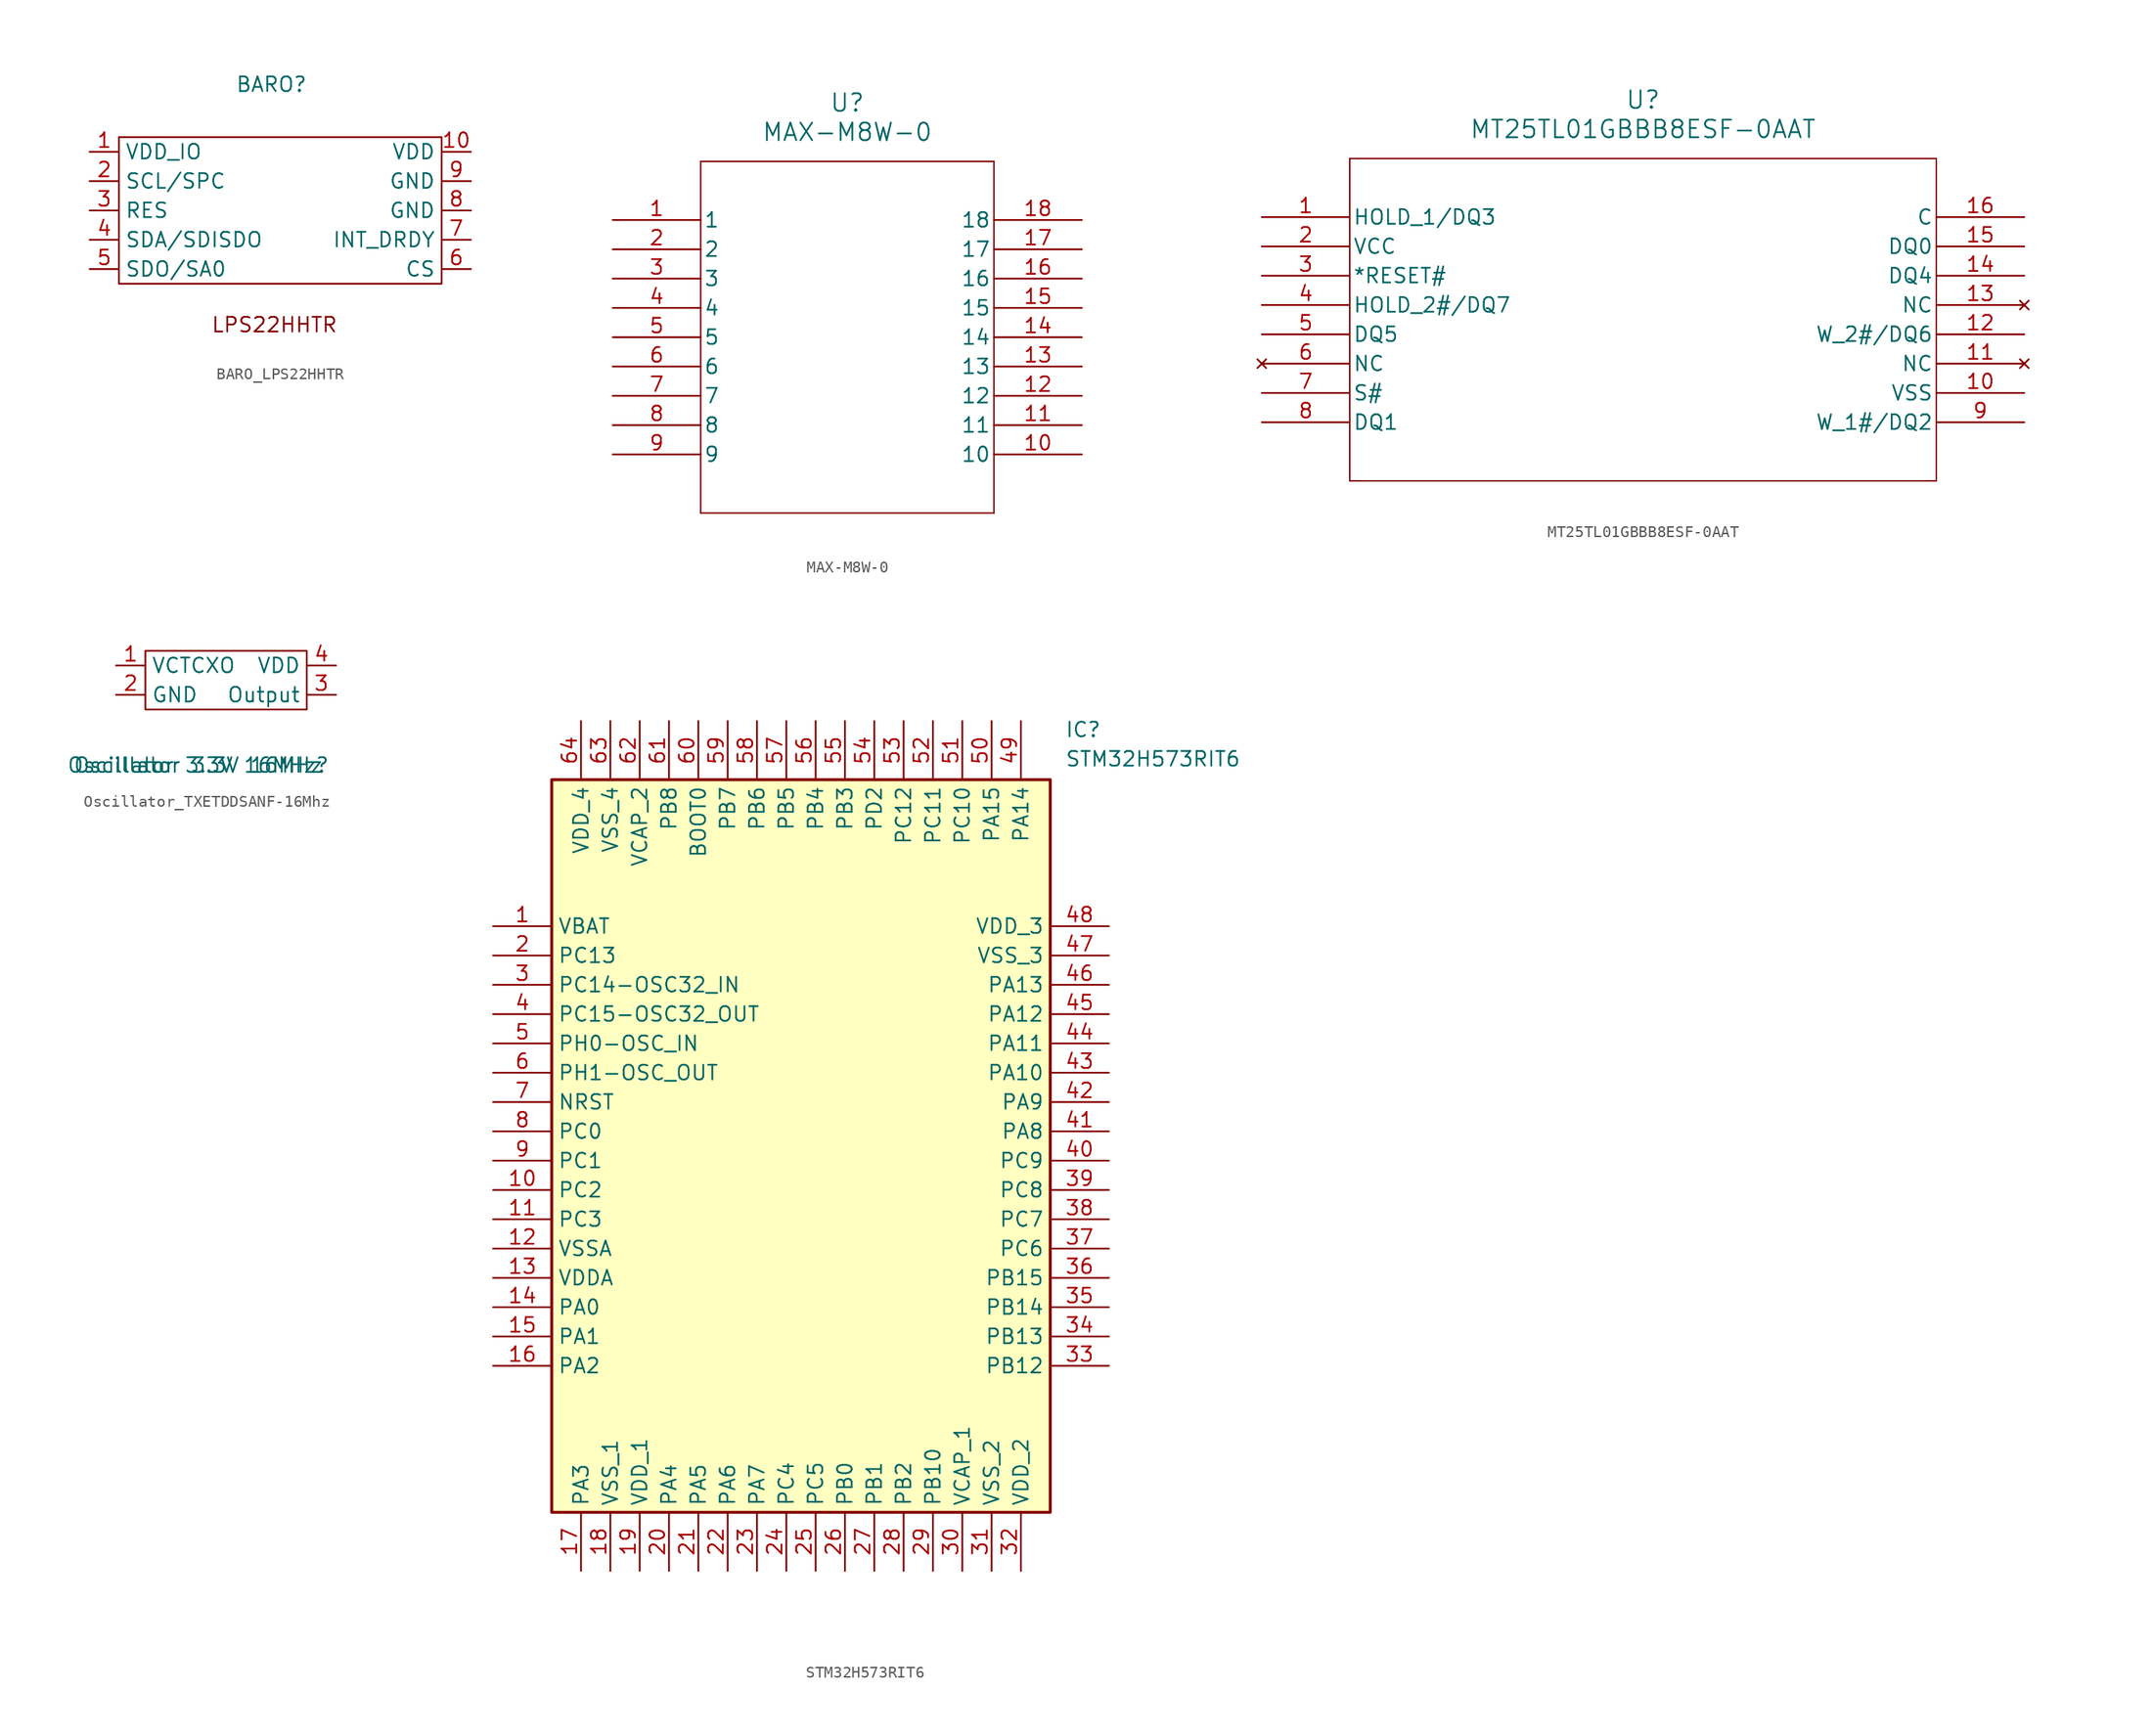
<source format=kicad_sym>
(kicad_symbol_lib
  (version 20241209)
  (generator "kicad_symbol_editor")
  (generator_version "9.0")
  (symbol "BARO_LPS22HHTR"
    (power)
    (property "Reference" "BARO"
      (at 9.398 2.032 0)
      (effects (font (size 1.27 1.27))))
    (property "Value" ""
      (at 0 0 0)
      (effects (font (size 1.27 1.27))))
    (symbol "BARO_LPS22HHTR_0_1"
      (rectangle (start -3.81 -2.54) (end 24.13 -15.24) (stroke (width 0) (type default)) (fill (type none))))
    (symbol "BARO_LPS22HHTR_1_1"
      (text "LPS22HHTR" (at 9.652 -18.796 0) (effects (font (size 1.27 1.27))))
      (pin input line (at -6.35 -3.81 0) (length 2.54) (name "VDD_IO" (effects (font (size 1.27 1.27)))) (number "1" (effects (font (size 1.27 1.27)))))
      (pin input line (at -6.35 -6.35 0) (length 2.54) (name "SCL/SPC" (effects (font (size 1.27 1.27)))) (number "2" (effects (font (size 1.27 1.27)))))
      (pin input line (at -6.35 -8.89 0) (length 2.54) (name "RES" (effects (font (size 1.27 1.27)))) (number "3" (effects (font (size 1.27 1.27)))))
      (pin bidirectional line (at -6.35 -11.43 0) (length 2.54) (name "SDA/SDISDO" (effects (font (size 1.27 1.27)))) (number "4" (effects (font (size 1.27 1.27)))))
      (pin bidirectional line (at -6.35 -13.97 0) (length 2.54) (name "SDO/SA0" (effects (font (size 1.27 1.27)))) (number "5" (effects (font (size 1.27 1.27)))))
      (pin input line (at 26.67 -3.81 180) (length 2.54) (name "VDD" (effects (font (size 1.27 1.27)))) (number "10" (effects (font (size 1.27 1.27)))))
      (pin input line (at 26.67 -6.35 180) (length 2.54) (name "GND" (effects (font (size 1.27 1.27)))) (number "9" (effects (font (size 1.27 1.27)))))
      (pin input line (at 26.67 -8.89 180) (length 2.54) (name "GND" (effects (font (size 1.27 1.27)))) (number "8" (effects (font (size 1.27 1.27)))))
      (pin output line (at 26.67 -11.43 180) (length 2.54) (name "INT_DRDY" (effects (font (size 1.27 1.27)))) (number "7" (effects (font (size 1.27 1.27)))))
      (pin input line (at 26.67 -13.97 180) (length 2.54) (name "CS" (effects (font (size 1.27 1.27)))) (number "6" (effects (font (size 1.27 1.27)))))))
  (symbol "MAX-M8W-0"
    (pin_names
      (offset 0.254))
    (property "Reference" "U"
      (at 20.32 10.16 0)
      (effects (font (size 1.524 1.524))))
    (property "Value" "MAX-M8W-0"
      (at 20.32 7.62 0)
      (effects (font (size 1.524 1.524))))
    (property "ki_locked" ""
      (at 0 0 0)
      (effects (font (size 1.27 1.27))))
    (symbol "MAX-M8W-0_0_1"
      (polyline (pts (xy 7.62 5.08) (xy 7.62 -25.4)) (stroke (width 0.127) (type default)) (fill (type none)))
      (polyline (pts (xy 7.62 -25.4) (xy 33.02 -25.4)) (stroke (width 0.127) (type default)) (fill (type none)))
      (polyline (pts (xy 33.02 5.08) (xy 7.62 5.08)) (stroke (width 0.127) (type default)) (fill (type none)))
      (polyline (pts (xy 33.02 -25.4) (xy 33.02 5.08)) (stroke (width 0.127) (type default)) (fill (type none)))
      (pin unspecified line (at 0 0 0) (length 7.62) (name "1" (effects (font (size 1.27 1.27)))) (number "1" (effects (font (size 1.27 1.27)))))
      (pin unspecified line (at 0 -2.54 0) (length 7.62) (name "2" (effects (font (size 1.27 1.27)))) (number "2" (effects (font (size 1.27 1.27)))))
      (pin unspecified line (at 0 -5.08 0) (length 7.62) (name "3" (effects (font (size 1.27 1.27)))) (number "3" (effects (font (size 1.27 1.27)))))
      (pin unspecified line (at 0 -7.62 0) (length 7.62) (name "4" (effects (font (size 1.27 1.27)))) (number "4" (effects (font (size 1.27 1.27)))))
      (pin unspecified line (at 0 -10.16 0) (length 7.62) (name "5" (effects (font (size 1.27 1.27)))) (number "5" (effects (font (size 1.27 1.27)))))
      (pin unspecified line (at 0 -12.7 0) (length 7.62) (name "6" (effects (font (size 1.27 1.27)))) (number "6" (effects (font (size 1.27 1.27)))))
      (pin unspecified line (at 0 -15.24 0) (length 7.62) (name "7" (effects (font (size 1.27 1.27)))) (number "7" (effects (font (size 1.27 1.27)))))
      (pin unspecified line (at 0 -17.78 0) (length 7.62) (name "8" (effects (font (size 1.27 1.27)))) (number "8" (effects (font (size 1.27 1.27)))))
      (pin unspecified line (at 0 -20.32 0) (length 7.62) (name "9" (effects (font (size 1.27 1.27)))) (number "9" (effects (font (size 1.27 1.27)))))
      (pin unspecified line (at 40.64 0 180) (length 7.62) (name "18" (effects (font (size 1.27 1.27)))) (number "18" (effects (font (size 1.27 1.27)))))
      (pin unspecified line (at 40.64 -2.54 180) (length 7.62) (name "17" (effects (font (size 1.27 1.27)))) (number "17" (effects (font (size 1.27 1.27)))))
      (pin unspecified line (at 40.64 -5.08 180) (length 7.62) (name "16" (effects (font (size 1.27 1.27)))) (number "16" (effects (font (size 1.27 1.27)))))
      (pin unspecified line (at 40.64 -7.62 180) (length 7.62) (name "15" (effects (font (size 1.27 1.27)))) (number "15" (effects (font (size 1.27 1.27)))))
      (pin unspecified line (at 40.64 -10.16 180) (length 7.62) (name "14" (effects (font (size 1.27 1.27)))) (number "14" (effects (font (size 1.27 1.27)))))
      (pin unspecified line (at 40.64 -12.7 180) (length 7.62) (name "13" (effects (font (size 1.27 1.27)))) (number "13" (effects (font (size 1.27 1.27)))))
      (pin unspecified line (at 40.64 -15.24 180) (length 7.62) (name "12" (effects (font (size 1.27 1.27)))) (number "12" (effects (font (size 1.27 1.27)))))
      (pin unspecified line (at 40.64 -17.78 180) (length 7.62) (name "11" (effects (font (size 1.27 1.27)))) (number "11" (effects (font (size 1.27 1.27)))))
      (pin unspecified line (at 40.64 -20.32 180) (length 7.62) (name "10" (effects (font (size 1.27 1.27)))) (number "10" (effects (font (size 1.27 1.27)))))))
  (symbol "MT25TL01GBBB8ESF-0AAT"
    (pin_names
      (offset 0.254))
    (property "Reference" "U"
      (at 33.02 10.16 0)
      (effects (font (size 1.524 1.524))))
    (property "Value" "MT25TL01GBBB8ESF-0AAT"
      (at 33.02 7.62 0)
      (effects (font (size 1.524 1.524))))
    (property "ki_locked" ""
      (at 0 0 0)
      (effects (font (size 1.27 1.27))))
    (symbol "MT25TL01GBBB8ESF-0AAT_0_1"
      (polyline (pts (xy 7.62 5.08) (xy 7.62 -22.86)) (stroke (width 0.127) (type default)) (fill (type none)))
      (polyline (pts (xy 7.62 -22.86) (xy 58.42 -22.86)) (stroke (width 0.127) (type default)) (fill (type none)))
      (polyline (pts (xy 58.42 5.08) (xy 7.62 5.08)) (stroke (width 0.127) (type default)) (fill (type none)))
      (polyline (pts (xy 58.42 -22.86) (xy 58.42 5.08)) (stroke (width 0.127) (type default)) (fill (type none)))
      (pin bidirectional line (at 0 0 0) (length 7.62) (name "HOLD_1/DQ3" (effects (font (size 1.27 1.27)))) (number "1" (effects (font (size 1.27 1.27)))))
      (pin power_in line (at 0 -2.54 0) (length 7.62) (name "VCC" (effects (font (size 1.27 1.27)))) (number "2" (effects (font (size 1.27 1.27)))))
      (pin input line (at 0 -5.08 0) (length 7.62) (name "*RESET#" (effects (font (size 1.27 1.27)))) (number "3" (effects (font (size 1.27 1.27)))))
      (pin bidirectional line (at 0 -7.62 0) (length 7.62) (name "HOLD_2#/DQ7" (effects (font (size 1.27 1.27)))) (number "4" (effects (font (size 1.27 1.27)))))
      (pin bidirectional line (at 0 -10.16 0) (length 7.62) (name "DQ5" (effects (font (size 1.27 1.27)))) (number "5" (effects (font (size 1.27 1.27)))))
      (pin no_connect line (at 0 -12.7 0) (length 7.62) (name "NC" (effects (font (size 1.27 1.27)))) (number "6" (effects (font (size 1.27 1.27)))))
      (pin input line (at 0 -15.24 0) (length 7.62) (name "S#" (effects (font (size 1.27 1.27)))) (number "7" (effects (font (size 1.27 1.27)))))
      (pin bidirectional line (at 0 -17.78 0) (length 7.62) (name "DQ1" (effects (font (size 1.27 1.27)))) (number "8" (effects (font (size 1.27 1.27)))))
      (pin input line (at 66.04 0 180) (length 7.62) (name "C" (effects (font (size 1.27 1.27)))) (number "16" (effects (font (size 1.27 1.27)))))
      (pin bidirectional line (at 66.04 -2.54 180) (length 7.62) (name "DQ0" (effects (font (size 1.27 1.27)))) (number "15" (effects (font (size 1.27 1.27)))))
      (pin bidirectional line (at 66.04 -5.08 180) (length 7.62) (name "DQ4" (effects (font (size 1.27 1.27)))) (number "14" (effects (font (size 1.27 1.27)))))
      (pin no_connect line (at 66.04 -7.62 180) (length 7.62) (name "NC" (effects (font (size 1.27 1.27)))) (number "13" (effects (font (size 1.27 1.27)))))
      (pin bidirectional line (at 66.04 -10.16 180) (length 7.62) (name "W_2#/DQ6" (effects (font (size 1.27 1.27)))) (number "12" (effects (font (size 1.27 1.27)))))
      (pin no_connect line (at 66.04 -12.7 180) (length 7.62) (name "NC" (effects (font (size 1.27 1.27)))) (number "11" (effects (font (size 1.27 1.27)))))
      (pin power_out line (at 66.04 -15.24 180) (length 7.62) (name "VSS" (effects (font (size 1.27 1.27)))) (number "10" (effects (font (size 1.27 1.27)))))
      (pin bidirectional line (at 66.04 -17.78 180) (length 7.62) (name "W_1#/DQ2" (effects (font (size 1.27 1.27)))) (number "9" (effects (font (size 1.27 1.27)))))))
  (symbol "Oscillator_TXETDDSANF-16Mhz"
    (property "Reference" "Oscillator 3.3V 16MHz"
      (at 3.302 -3.556 0)
      (effects (font (size 1.27 1.27))))
    (property "Value" "Oscillator 3.3V 16MHz"
      (at 3.302 -3.556 0)
      (effects (font (size 1.27 1.27))))
    (symbol "Oscillator_TXETDDSANF-16Mhz_0_1"
      (rectangle (start -1.27 6.35) (end 12.7 1.27) (stroke (width 0) (type default)) (fill (type none))))
    (symbol "Oscillator_TXETDDSANF-16Mhz_1_1"
      (pin input line (at -3.81 5.08 0) (length 2.54) (name "VCTCXO" (effects (font (size 1.27 1.27)))) (number "1" (effects (font (size 1.27 1.27)))))
      (pin input line (at -3.81 2.54 0) (length 2.54) (name "GND" (effects (font (size 1.27 1.27)))) (number "2" (effects (font (size 1.27 1.27)))))
      (pin input line (at 15.24 5.08 180) (length 2.54) (name "VDD" (effects (font (size 1.27 1.27)))) (number "4" (effects (font (size 1.27 1.27)))))
      (pin output line (at 15.24 2.54 180) (length 2.54) (name "Output" (effects (font (size 1.27 1.27)))) (number "3" (effects (font (size 1.27 1.27)))))))
  (symbol "STM32H573RIT6"
    (property "Reference" "IC"
      (at 49.53 17.78 0)
      (effects (font (size 1.27 1.27)) (justify left top)))
    (property "Value" "STM32H573RIT6"
      (at 49.53 15.24 0)
      (effects (font (size 1.27 1.27)) (justify left top)))
    (symbol "STM32H573RIT6_1_1"
      (rectangle (start 5.08 12.7) (end 48.26 -50.8) (stroke (width 0.254) (type default)) (fill (type background)))
      (pin passive line (at 0 0 0) (length 5.08) (name "VBAT" (effects (font (size 1.27 1.27)))) (number "1" (effects (font (size 1.27 1.27)))))
      (pin passive line (at 0 -2.54 0) (length 5.08) (name "PC13" (effects (font (size 1.27 1.27)))) (number "2" (effects (font (size 1.27 1.27)))))
      (pin passive line (at 0 -5.08 0) (length 5.08) (name "PC14-OSC32_IN" (effects (font (size 1.27 1.27)))) (number "3" (effects (font (size 1.27 1.27)))))
      (pin passive line (at 0 -7.62 0) (length 5.08) (name "PC15-OSC32_OUT" (effects (font (size 1.27 1.27)))) (number "4" (effects (font (size 1.27 1.27)))))
      (pin passive line (at 0 -10.16 0) (length 5.08) (name "PH0-OSC_IN" (effects (font (size 1.27 1.27)))) (number "5" (effects (font (size 1.27 1.27)))))
      (pin passive line (at 0 -12.7 0) (length 5.08) (name "PH1-OSC_OUT" (effects (font (size 1.27 1.27)))) (number "6" (effects (font (size 1.27 1.27)))))
      (pin passive line (at 0 -15.24 0) (length 5.08) (name "NRST" (effects (font (size 1.27 1.27)))) (number "7" (effects (font (size 1.27 1.27)))))
      (pin passive line (at 0 -17.78 0) (length 5.08) (name "PC0" (effects (font (size 1.27 1.27)))) (number "8" (effects (font (size 1.27 1.27)))))
      (pin passive line (at 0 -20.32 0) (length 5.08) (name "PC1" (effects (font (size 1.27 1.27)))) (number "9" (effects (font (size 1.27 1.27)))))
      (pin passive line (at 0 -22.86 0) (length 5.08) (name "PC2" (effects (font (size 1.27 1.27)))) (number "10" (effects (font (size 1.27 1.27)))))
      (pin passive line (at 0 -25.4 0) (length 5.08) (name "PC3" (effects (font (size 1.27 1.27)))) (number "11" (effects (font (size 1.27 1.27)))))
      (pin passive line (at 0 -27.94 0) (length 5.08) (name "VSSA" (effects (font (size 1.27 1.27)))) (number "12" (effects (font (size 1.27 1.27)))))
      (pin passive line (at 0 -30.48 0) (length 5.08) (name "VDDA" (effects (font (size 1.27 1.27)))) (number "13" (effects (font (size 1.27 1.27)))))
      (pin passive line (at 0 -33.02 0) (length 5.08) (name "PA0" (effects (font (size 1.27 1.27)))) (number "14" (effects (font (size 1.27 1.27)))))
      (pin passive line (at 0 -35.56 0) (length 5.08) (name "PA1" (effects (font (size 1.27 1.27)))) (number "15" (effects (font (size 1.27 1.27)))))
      (pin passive line (at 0 -38.1 0) (length 5.08) (name "PA2" (effects (font (size 1.27 1.27)))) (number "16" (effects (font (size 1.27 1.27)))))
      (pin passive line (at 7.62 17.78 270) (length 5.08) (name "VDD_4" (effects (font (size 1.27 1.27)))) (number "64" (effects (font (size 1.27 1.27)))))
      (pin passive line (at 7.62 -55.88 90) (length 5.08) (name "PA3" (effects (font (size 1.27 1.27)))) (number "17" (effects (font (size 1.27 1.27)))))
      (pin passive line (at 10.16 17.78 270) (length 5.08) (name "VSS_4" (effects (font (size 1.27 1.27)))) (number "63" (effects (font (size 1.27 1.27)))))
      (pin passive line (at 10.16 -55.88 90) (length 5.08) (name "VSS_1" (effects (font (size 1.27 1.27)))) (number "18" (effects (font (size 1.27 1.27)))))
      (pin passive line (at 12.7 17.78 270) (length 5.08) (name "VCAP_2" (effects (font (size 1.27 1.27)))) (number "62" (effects (font (size 1.27 1.27)))))
      (pin passive line (at 12.7 -55.88 90) (length 5.08) (name "VDD_1" (effects (font (size 1.27 1.27)))) (number "19" (effects (font (size 1.27 1.27)))))
      (pin passive line (at 15.24 17.78 270) (length 5.08) (name "PB8" (effects (font (size 1.27 1.27)))) (number "61" (effects (font (size 1.27 1.27)))))
      (pin passive line (at 15.24 -55.88 90) (length 5.08) (name "PA4" (effects (font (size 1.27 1.27)))) (number "20" (effects (font (size 1.27 1.27)))))
      (pin passive line (at 17.78 17.78 270) (length 5.08) (name "BOOT0" (effects (font (size 1.27 1.27)))) (number "60" (effects (font (size 1.27 1.27)))))
      (pin passive line (at 17.78 -55.88 90) (length 5.08) (name "PA5" (effects (font (size 1.27 1.27)))) (number "21" (effects (font (size 1.27 1.27)))))
      (pin passive line (at 20.32 17.78 270) (length 5.08) (name "PB7" (effects (font (size 1.27 1.27)))) (number "59" (effects (font (size 1.27 1.27)))))
      (pin passive line (at 20.32 -55.88 90) (length 5.08) (name "PA6" (effects (font (size 1.27 1.27)))) (number "22" (effects (font (size 1.27 1.27)))))
      (pin passive line (at 22.86 17.78 270) (length 5.08) (name "PB6" (effects (font (size 1.27 1.27)))) (number "58" (effects (font (size 1.27 1.27)))))
      (pin passive line (at 22.86 -55.88 90) (length 5.08) (name "PA7" (effects (font (size 1.27 1.27)))) (number "23" (effects (font (size 1.27 1.27)))))
      (pin passive line (at 25.4 17.78 270) (length 5.08) (name "PB5" (effects (font (size 1.27 1.27)))) (number "57" (effects (font (size 1.27 1.27)))))
      (pin passive line (at 25.4 -55.88 90) (length 5.08) (name "PC4" (effects (font (size 1.27 1.27)))) (number "24" (effects (font (size 1.27 1.27)))))
      (pin passive line (at 27.94 17.78 270) (length 5.08) (name "PB4" (effects (font (size 1.27 1.27)))) (number "56" (effects (font (size 1.27 1.27)))))
      (pin passive line (at 27.94 -55.88 90) (length 5.08) (name "PC5" (effects (font (size 1.27 1.27)))) (number "25" (effects (font (size 1.27 1.27)))))
      (pin passive line (at 30.48 17.78 270) (length 5.08) (name "PB3" (effects (font (size 1.27 1.27)))) (number "55" (effects (font (size 1.27 1.27)))))
      (pin passive line (at 30.48 -55.88 90) (length 5.08) (name "PB0" (effects (font (size 1.27 1.27)))) (number "26" (effects (font (size 1.27 1.27)))))
      (pin passive line (at 33.02 17.78 270) (length 5.08) (name "PD2" (effects (font (size 1.27 1.27)))) (number "54" (effects (font (size 1.27 1.27)))))
      (pin passive line (at 33.02 -55.88 90) (length 5.08) (name "PB1" (effects (font (size 1.27 1.27)))) (number "27" (effects (font (size 1.27 1.27)))))
      (pin passive line (at 35.56 17.78 270) (length 5.08) (name "PC12" (effects (font (size 1.27 1.27)))) (number "53" (effects (font (size 1.27 1.27)))))
      (pin passive line (at 35.56 -55.88 90) (length 5.08) (name "PB2" (effects (font (size 1.27 1.27)))) (number "28" (effects (font (size 1.27 1.27)))))
      (pin passive line (at 38.1 17.78 270) (length 5.08) (name "PC11" (effects (font (size 1.27 1.27)))) (number "52" (effects (font (size 1.27 1.27)))))
      (pin passive line (at 38.1 -55.88 90) (length 5.08) (name "PB10" (effects (font (size 1.27 1.27)))) (number "29" (effects (font (size 1.27 1.27)))))
      (pin passive line (at 40.64 17.78 270) (length 5.08) (name "PC10" (effects (font (size 1.27 1.27)))) (number "51" (effects (font (size 1.27 1.27)))))
      (pin passive line (at 40.64 -55.88 90) (length 5.08) (name "VCAP_1" (effects (font (size 1.27 1.27)))) (number "30" (effects (font (size 1.27 1.27)))))
      (pin passive line (at 43.18 17.78 270) (length 5.08) (name "PA15" (effects (font (size 1.27 1.27)))) (number "50" (effects (font (size 1.27 1.27)))))
      (pin passive line (at 43.18 -55.88 90) (length 5.08) (name "VSS_2" (effects (font (size 1.27 1.27)))) (number "31" (effects (font (size 1.27 1.27)))))
      (pin passive line (at 45.72 17.78 270) (length 5.08) (name "PA14" (effects (font (size 1.27 1.27)))) (number "49" (effects (font (size 1.27 1.27)))))
      (pin passive line (at 45.72 -55.88 90) (length 5.08) (name "VDD_2" (effects (font (size 1.27 1.27)))) (number "32" (effects (font (size 1.27 1.27)))))
      (pin passive line (at 53.34 0 180) (length 5.08) (name "VDD_3" (effects (font (size 1.27 1.27)))) (number "48" (effects (font (size 1.27 1.27)))))
      (pin passive line (at 53.34 -2.54 180) (length 5.08) (name "VSS_3" (effects (font (size 1.27 1.27)))) (number "47" (effects (font (size 1.27 1.27)))))
      (pin passive line (at 53.34 -5.08 180) (length 5.08) (name "PA13" (effects (font (size 1.27 1.27)))) (number "46" (effects (font (size 1.27 1.27)))))
      (pin passive line (at 53.34 -7.62 180) (length 5.08) (name "PA12" (effects (font (size 1.27 1.27)))) (number "45" (effects (font (size 1.27 1.27)))))
      (pin passive line (at 53.34 -10.16 180) (length 5.08) (name "PA11" (effects (font (size 1.27 1.27)))) (number "44" (effects (font (size 1.27 1.27)))))
      (pin passive line (at 53.34 -12.7 180) (length 5.08) (name "PA10" (effects (font (size 1.27 1.27)))) (number "43" (effects (font (size 1.27 1.27)))))
      (pin passive line (at 53.34 -15.24 180) (length 5.08) (name "PA9" (effects (font (size 1.27 1.27)))) (number "42" (effects (font (size 1.27 1.27)))))
      (pin passive line (at 53.34 -17.78 180) (length 5.08) (name "PA8" (effects (font (size 1.27 1.27)))) (number "41" (effects (font (size 1.27 1.27)))))
      (pin passive line (at 53.34 -20.32 180) (length 5.08) (name "PC9" (effects (font (size 1.27 1.27)))) (number "40" (effects (font (size 1.27 1.27)))))
      (pin passive line (at 53.34 -22.86 180) (length 5.08) (name "PC8" (effects (font (size 1.27 1.27)))) (number "39" (effects (font (size 1.27 1.27)))))
      (pin passive line (at 53.34 -25.4 180) (length 5.08) (name "PC7" (effects (font (size 1.27 1.27)))) (number "38" (effects (font (size 1.27 1.27)))))
      (pin passive line (at 53.34 -27.94 180) (length 5.08) (name "PC6" (effects (font (size 1.27 1.27)))) (number "37" (effects (font (size 1.27 1.27)))))
      (pin passive line (at 53.34 -30.48 180) (length 5.08) (name "PB15" (effects (font (size 1.27 1.27)))) (number "36" (effects (font (size 1.27 1.27)))))
      (pin passive line (at 53.34 -33.02 180) (length 5.08) (name "PB14" (effects (font (size 1.27 1.27)))) (number "35" (effects (font (size 1.27 1.27)))))
      (pin passive line (at 53.34 -35.56 180) (length 5.08) (name "PB13" (effects (font (size 1.27 1.27)))) (number "34" (effects (font (size 1.27 1.27)))))
      (pin passive line (at 53.34 -38.1 180) (length 5.08) (name "PB12" (effects (font (size 1.27 1.27)))) (number "33" (effects (font (size 1.27 1.27))))))))
</source>
